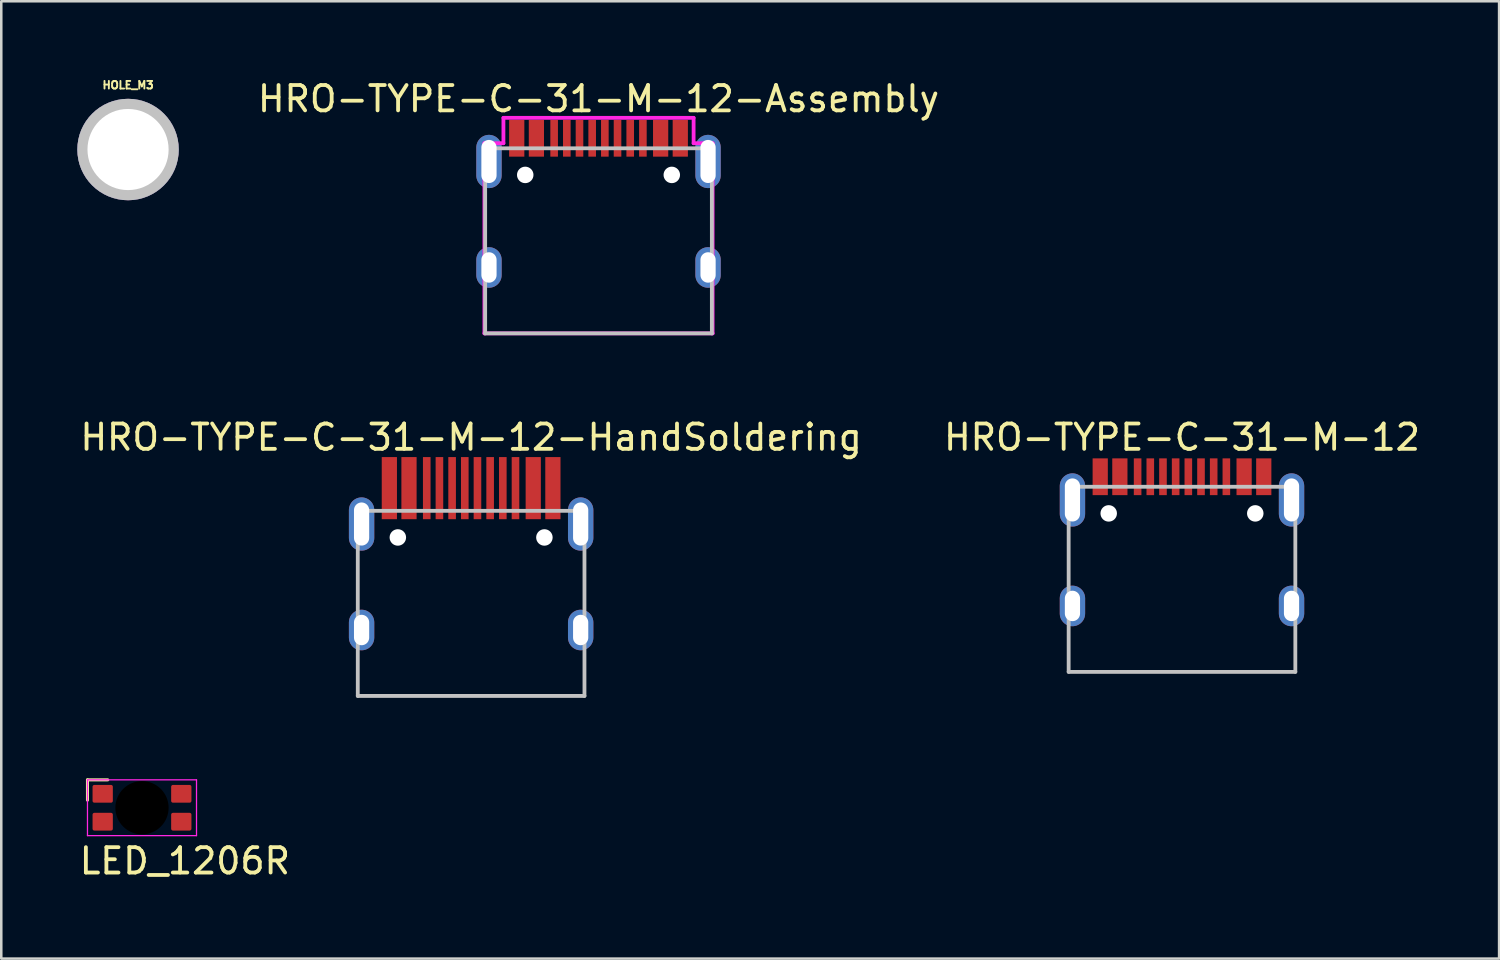
<source format=kicad_pcb>
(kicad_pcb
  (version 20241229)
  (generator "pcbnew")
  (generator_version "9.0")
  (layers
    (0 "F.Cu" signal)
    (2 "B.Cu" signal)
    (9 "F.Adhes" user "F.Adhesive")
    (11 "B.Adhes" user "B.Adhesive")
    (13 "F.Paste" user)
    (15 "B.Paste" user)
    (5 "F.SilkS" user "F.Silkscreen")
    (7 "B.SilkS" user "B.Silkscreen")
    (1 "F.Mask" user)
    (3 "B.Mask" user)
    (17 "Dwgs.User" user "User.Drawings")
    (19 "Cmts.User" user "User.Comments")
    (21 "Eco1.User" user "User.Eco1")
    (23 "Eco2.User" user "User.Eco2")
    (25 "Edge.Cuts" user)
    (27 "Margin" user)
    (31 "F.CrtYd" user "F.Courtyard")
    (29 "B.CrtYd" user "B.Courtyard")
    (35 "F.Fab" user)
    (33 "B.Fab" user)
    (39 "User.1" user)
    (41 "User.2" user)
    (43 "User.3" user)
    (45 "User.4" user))
  (footprint "HRO-TYPE-C-31-M-12-Assembly"
    (layer "F.Cu")
    (at 20.554 10.098)
    (property "Reference" "HRO-TYPE-C-31-M-12-Assembly" (at 0 -9.25 0) (layer "F.SilkS") (effects (font (size 1 1) (thickness 0.15))))
    (attr smd)
    (fp_line (start -4.47 -7.3) (end 4.47 -7.3) (stroke (width 0.15) (type solid)) (layer "Dwgs.User"))
    (fp_line (start -4.47 0) (end -4.47 -7.3) (stroke (width 0.15) (type solid)) (layer "Dwgs.User"))
    (fp_line (start -4.47 0) (end 4.47 0) (stroke (width 0.15) (type solid)) (layer "Dwgs.User"))
    (fp_line (start 4.47 0) (end 4.47 -7.3) (stroke (width 0.15) (type solid)) (layer "Dwgs.User"))
    (fp_line (start -4.5 -7.5) (end -3.75 -7.5) (stroke (width 0.15) (type solid)) (layer "F.CrtYd"))
    (fp_line (start -4.5 0) (end -4.5 -7.5) (stroke (width 0.15) (type solid)) (layer "F.CrtYd"))
    (fp_line (start -3.75 -8.5) (end 3.75 -8.5) (stroke (width 0.15) (type solid)) (layer "F.CrtYd"))
    (fp_line (start -3.75 -7.5) (end -3.75 -8.5) (stroke (width 0.15) (type solid)) (layer "F.CrtYd"))
    (fp_line (start 3.75 -8.5) (end 3.75 -7.5) (stroke (width 0.15) (type solid)) (layer "F.CrtYd"))
    (fp_line (start 3.75 -7.5) (end 4.5 -7.5) (stroke (width 0.15) (type solid)) (layer "F.CrtYd"))
    (fp_line (start 4.5 -7.5) (end 4.5 0) (stroke (width 0.15) (type solid)) (layer "F.CrtYd"))
    (fp_line (start 4.5 0) (end -4.5 0) (stroke (width 0.15) (type solid)) (layer "F.CrtYd"))
    (pad "" np_thru_hole circle (at -2.89 -6.25) (size 0.65 0.65) (drill 0.65) (layers "*.Cu" "*.Mask"))
    (pad "" np_thru_hole circle (at 2.89 -6.25) (size 0.65 0.65) (drill 0.65) (layers "*.Cu" "*.Mask"))
    (pad "1" smd rect (at -3.225 -7.695) (size 0.6 1.45) (layers "F.Cu" "F.Mask" "F.Paste"))
    (pad "2" smd rect (at -2.45 -7.695) (size 0.6 1.45) (layers "F.Cu" "F.Mask" "F.Paste"))
    (pad "3" smd rect (at -1.75 -7.695) (size 0.3 1.45) (layers "F.Cu" "F.Mask" "F.Paste"))
    (pad "4" smd rect (at -1.25 -7.695) (size 0.3 1.45) (layers "F.Cu" "F.Mask" "F.Paste"))
    (pad "5" smd rect (at -0.75 -7.695) (size 0.3 1.45) (layers "F.Cu" "F.Mask" "F.Paste"))
    (pad "6" smd rect (at -0.25 -7.695) (size 0.3 1.45) (layers "F.Cu" "F.Mask" "F.Paste"))
    (pad "7" smd rect (at 0.25 -7.695) (size 0.3 1.45) (layers "F.Cu" "F.Mask" "F.Paste"))
    (pad "8" smd rect (at 0.75 -7.695) (size 0.3 1.45) (layers "F.Cu" "F.Mask" "F.Paste"))
    (pad "9" smd rect (at 1.25 -7.695) (size 0.3 1.45) (layers "F.Cu" "F.Mask" "F.Paste"))
    (pad "10" smd rect (at 1.75 -7.695) (size 0.3 1.45) (layers "F.Cu" "F.Mask" "F.Paste"))
    (pad "11" smd rect (at 2.45 -7.695) (size 0.6 1.45) (layers "F.Cu" "F.Mask" "F.Paste"))
    (pad "12" smd rect (at 3.225 -7.695) (size 0.6 1.45) (layers "F.Cu" "F.Mask" "F.Paste"))
    (pad "13" thru_hole oval (at -4.32 -6.78) (size 1 2.1) (drill oval 0.6 1.7) (layers "*.Cu" "*.Mask"))
    (pad "13" thru_hole oval (at -4.32 -2.6) (size 1 1.6) (drill oval 0.6 1.2) (layers "*.Cu" "*.Mask"))
    (pad "13" thru_hole oval (at 4.32 -6.78) (size 1 2.1) (drill oval 0.6 1.7) (layers "*.Cu" "*.Mask"))
    (pad "13" thru_hole oval (at 4.32 -2.6) (size 1 1.6) (drill oval 0.6 1.2) (layers "*.Cu" "*.Mask")))
  (footprint "HRO-TYPE-C-31-M-12-HandSoldering"
    (layer "F.Cu")
    (at 15.53 24.396)
    (property "Reference" "HRO-TYPE-C-31-M-12-HandSoldering" (at 0 -10.2 0) (layer "F.SilkS") (effects (font (size 1 1) (thickness 0.15))))
    (attr smd)
    (fp_line (start -4.47 -7.3) (end 4.47 -7.3) (stroke (width 0.15) (type solid)) (layer "Dwgs.User"))
    (fp_line (start -4.47 0) (end -4.47 -7.3) (stroke (width 0.15) (type solid)) (layer "Dwgs.User"))
    (fp_line (start -4.47 0) (end 4.47 0) (stroke (width 0.15) (type solid)) (layer "Dwgs.User"))
    (fp_line (start 4.47 0) (end 4.47 -7.3) (stroke (width 0.15) (type solid)) (layer "Dwgs.User"))
    (pad "" np_thru_hole circle (at -2.89 -6.25) (size 0.65 0.65) (drill 0.65) (layers "*.Cu" "*.Mask"))
    (pad "" np_thru_hole circle (at 2.89 -6.25) (size 0.65 0.65) (drill 0.65) (layers "*.Cu" "*.Mask"))
    (pad "1" smd rect (at -3.225 -8.195) (size 0.6 2.45) (layers "F.Cu" "F.Mask" "F.Paste"))
    (pad "2" smd rect (at -2.45 -8.195) (size 0.6 2.45) (layers "F.Cu" "F.Mask" "F.Paste"))
    (pad "3" smd rect (at -1.75 -8.195) (size 0.3 2.45) (layers "F.Cu" "F.Mask" "F.Paste"))
    (pad "4" smd rect (at -1.25 -8.195) (size 0.3 2.45) (layers "F.Cu" "F.Mask" "F.Paste"))
    (pad "5" smd rect (at -0.75 -8.195) (size 0.3 2.45) (layers "F.Cu" "F.Mask" "F.Paste"))
    (pad "6" smd rect (at -0.25 -8.195) (size 0.3 2.45) (layers "F.Cu" "F.Mask" "F.Paste"))
    (pad "7" smd rect (at 0.25 -8.195) (size 0.3 2.45) (layers "F.Cu" "F.Mask" "F.Paste"))
    (pad "8" smd rect (at 0.75 -8.195) (size 0.3 2.45) (layers "F.Cu" "F.Mask" "F.Paste"))
    (pad "9" smd rect (at 1.25 -8.195) (size 0.3 2.45) (layers "F.Cu" "F.Mask" "F.Paste"))
    (pad "10" smd rect (at 1.75 -8.195) (size 0.3 2.45) (layers "F.Cu" "F.Mask" "F.Paste"))
    (pad "11" smd rect (at 2.45 -8.195) (size 0.6 2.45) (layers "F.Cu" "F.Mask" "F.Paste"))
    (pad "12" smd rect (at 3.225 -8.195) (size 0.6 2.45) (layers "F.Cu" "F.Mask" "F.Paste"))
    (pad "13" thru_hole oval (at -4.32 -6.78) (size 1 2.1) (drill oval 0.6 1.7) (layers "*.Cu" "B.Mask"))
    (pad "13" thru_hole oval (at -4.32 -2.6) (size 1 1.6) (drill oval 0.6 1.2) (layers "*.Cu" "B.Mask"))
    (pad "13" thru_hole oval (at 4.32 -6.78) (size 1 2.1) (drill oval 0.6 1.7) (layers "*.Cu" "B.Mask"))
    (pad "13" thru_hole oval (at 4.32 -2.6) (size 1 1.6) (drill oval 0.6 1.2) (layers "*.Cu" "B.Mask")))
  (footprint "LED_1206R"
    (layer "F.Cu")
    (at 2.55 28.806)
    (property "Reference" "LED_1206R" (at -2.55 2.1 0) (layer "F.SilkS") (effects (font (size 1 1) (thickness 0.15)) (justify left)))
    (attr smd)
    (fp_line (start -2.15 -1.1) (end -2.15 -0.3) (stroke (width 0.12) (type solid)) (layer "F.SilkS"))
    (fp_line (start -1.35 -1.1) (end -2.15 -1.1) (stroke (width 0.12) (type solid)) (layer "F.SilkS"))
    (fp_line (start -2.15 -1.1) (end 2.15 -1.1) (stroke (width 0.05) (type solid)) (layer "F.CrtYd"))
    (fp_line (start -2.15 1.1) (end -2.15 -1.1) (stroke (width 0.05) (type solid)) (layer "F.CrtYd"))
    (fp_line (start 2.15 -1.1) (end 2.15 1.1) (stroke (width 0.05) (type solid)) (layer "F.CrtYd"))
    (fp_line (start 2.15 1.1) (end -2.15 1.1) (stroke (width 0.05) (type solid)) (layer "F.CrtYd"))
    (pad "" np_thru_hole circle (at 0 0 270) (size 2.1 2.1) (drill 2.1) (layers "*.Mask"))
    (pad "1" smd roundrect (at -1.55 -0.55 270) (size 0.7 0.8) (layers "F.Cu" "F.Mask" "F.Paste") (roundrect_rratio 0.1))
    (pad "2" smd roundrect (at -1.55 0.55 270) (size 0.7 0.8) (layers "F.Cu" "F.Mask" "F.Paste") (roundrect_rratio 0.1))
    (pad "3" smd roundrect (at 1.55 0.55 270) (size 0.7 0.8) (layers "F.Cu" "F.Mask" "F.Paste") (roundrect_rratio 0.1))
    (pad "4" smd roundrect (at 1.55 -0.55 270) (size 0.7 0.8) (layers "F.Cu" "F.Mask" "F.Paste") (roundrect_rratio 0.1)))
  (footprint "HRO-TYPE-C-31-M-12"
    (layer "F.Cu")
    (at 43.565 23.447)
    (property "Reference" "HRO-TYPE-C-31-M-12" (at 0 -9.25 0) (layer "F.SilkS") (effects (font (size 1 1) (thickness 0.15))))
    (attr smd)
    (fp_line (start -4.47 -7.3) (end 4.47 -7.3) (stroke (width 0.15) (type solid)) (layer "Dwgs.User"))
    (fp_line (start -4.47 0) (end -4.47 -7.3) (stroke (width 0.15) (type solid)) (layer "Dwgs.User"))
    (fp_line (start -4.47 0) (end 4.47 0) (stroke (width 0.15) (type solid)) (layer "Dwgs.User"))
    (fp_line (start 4.47 0) (end 4.47 -7.3) (stroke (width 0.15) (type solid)) (layer "Dwgs.User"))
    (pad "" np_thru_hole circle (at -2.89 -6.25) (size 0.65 0.65) (drill 0.65) (layers "*.Cu" "*.Mask"))
    (pad "" np_thru_hole circle (at 2.89 -6.25) (size 0.65 0.65) (drill 0.65) (layers "*.Cu" "*.Mask"))
    (pad "1" smd rect (at -3.225 -7.695) (size 0.6 1.45) (layers "F.Cu" "F.Mask" "F.Paste"))
    (pad "2" smd rect (at -2.45 -7.695) (size 0.6 1.45) (layers "F.Cu" "F.Mask" "F.Paste"))
    (pad "3" smd rect (at -1.75 -7.695) (size 0.3 1.45) (layers "F.Cu" "F.Mask" "F.Paste"))
    (pad "4" smd rect (at -1.25 -7.695) (size 0.3 1.45) (layers "F.Cu" "F.Mask" "F.Paste"))
    (pad "5" smd rect (at -0.75 -7.695) (size 0.3 1.45) (layers "F.Cu" "F.Mask" "F.Paste"))
    (pad "6" smd rect (at -0.25 -7.695) (size 0.3 1.45) (layers "F.Cu" "F.Mask" "F.Paste"))
    (pad "7" smd rect (at 0.25 -7.695) (size 0.3 1.45) (layers "F.Cu" "F.Mask" "F.Paste"))
    (pad "8" smd rect (at 0.75 -7.695) (size 0.3 1.45) (layers "F.Cu" "F.Mask" "F.Paste"))
    (pad "9" smd rect (at 1.25 -7.695) (size 0.3 1.45) (layers "F.Cu" "F.Mask" "F.Paste"))
    (pad "10" smd rect (at 1.75 -7.695) (size 0.3 1.45) (layers "F.Cu" "F.Mask" "F.Paste"))
    (pad "11" smd rect (at 2.45 -7.695) (size 0.6 1.45) (layers "F.Cu" "F.Mask" "F.Paste"))
    (pad "12" smd rect (at 3.225 -7.695) (size 0.6 1.45) (layers "F.Cu" "F.Mask" "F.Paste"))
    (pad "13" thru_hole oval (at -4.32 -6.78) (size 1 2.1) (drill oval 0.6 1.7) (layers "*.Cu" "B.Mask"))
    (pad "13" thru_hole oval (at -4.32 -2.6) (size 1 1.6) (drill oval 0.6 1.2) (layers "*.Cu" "B.Mask"))
    (pad "13" thru_hole oval (at 4.32 -6.78) (size 1 2.1) (drill oval 0.6 1.7) (layers "*.Cu" "B.Mask"))
    (pad "13" thru_hole oval (at 4.32 -2.6) (size 1 1.6) (drill oval 0.6 1.2) (layers "*.Cu" "B.Mask")))
  (footprint "HOLE_M3"
    (layer "F.Cu")
    (at 2 2.847)
    (property "Reference" "HOLE_M3" (at 0 -2.54 0) (layer "F.SilkS") (effects (font (size 0.3 0.3) (thickness 0.076))))
    (attr through_hole)
    (pad "" thru_hole circle (at 0 0 90) (size 4 4) (drill 3.2) (layers "*.Cu" "*.Mask" "Dwgs.User")))
  (gr_rect
    (start -3 -3)
    (end 56.071 34.755)
    (stroke (width 0.1) (type default))
    (fill no)
    (layer "Edge.Cuts")))
</source>
